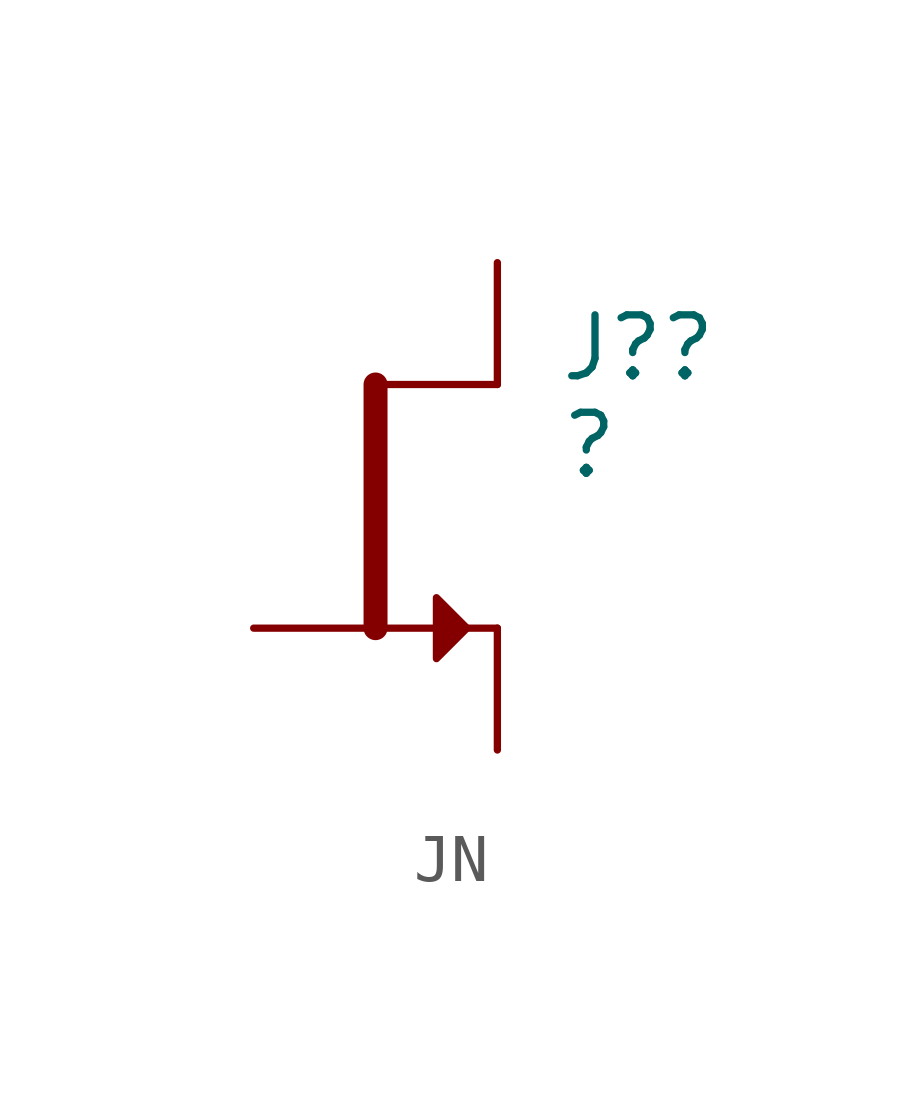
<source format=kicad_sym>
(kicad_symbol_lib
  (version 20241209)
  (generator "kicad_symbol_editor")
  (generator_version "9.0")
  (symbol "JN"
    (pin_numbers
      (hide yes))
    (pin_names
      (offset 0)
      (hide yes))
    (property "Reference" "J?"
      (at 1.27 3.302 0)
      (effects (font (size 1.27 1.27)) (justify left)))
    (property "Value" "?"
      (at 1.27 1.27 0)
      (effects (font (size 1.27 1.27)) (justify left)))
    (symbol "JN_0_1"
      (polyline (pts (xy -0.635 -2.54) (xy -1.27 -1.905) (xy -1.27 -3.175) (xy -0.635 -2.54)) (stroke (width 0) (type solid)) (fill (type outline))))
    (symbol "JN_1_0"
      (pin unspecified line (at -5.08 -2.54 0) (length 2.54) (name "G" (effects (font (size 1.27 1.27)))) (number "2" (effects (font (size 1.27 1.27)))))
      (pin unspecified line (at 0 5.08 270) (length 2.54) (name "D" (effects (font (size 1.27 1.27)))) (number "1" (effects (font (size 1.27 1.27)))))
      (pin unspecified line (at 0 -5.08 90) (length 2.54) (name "S" (effects (font (size 1.27 1.27)))) (number "3" (effects (font (size 1.27 1.27))))))
    (symbol "JN_1_1"
      (polyline (pts (xy -2.54 -2.54) (xy -2.54 2.54)) (stroke (width 0.5) (type solid)) (fill (type none)))
      (polyline (pts (xy 0 2.54) (xy -2.54 2.54)) (stroke (width 0) (type default)) (fill (type none)))
      (polyline (pts (xy 0 -2.54) (xy -2.54 -2.54)) (stroke (width 0) (type default)) (fill (type none))))))
</source>
